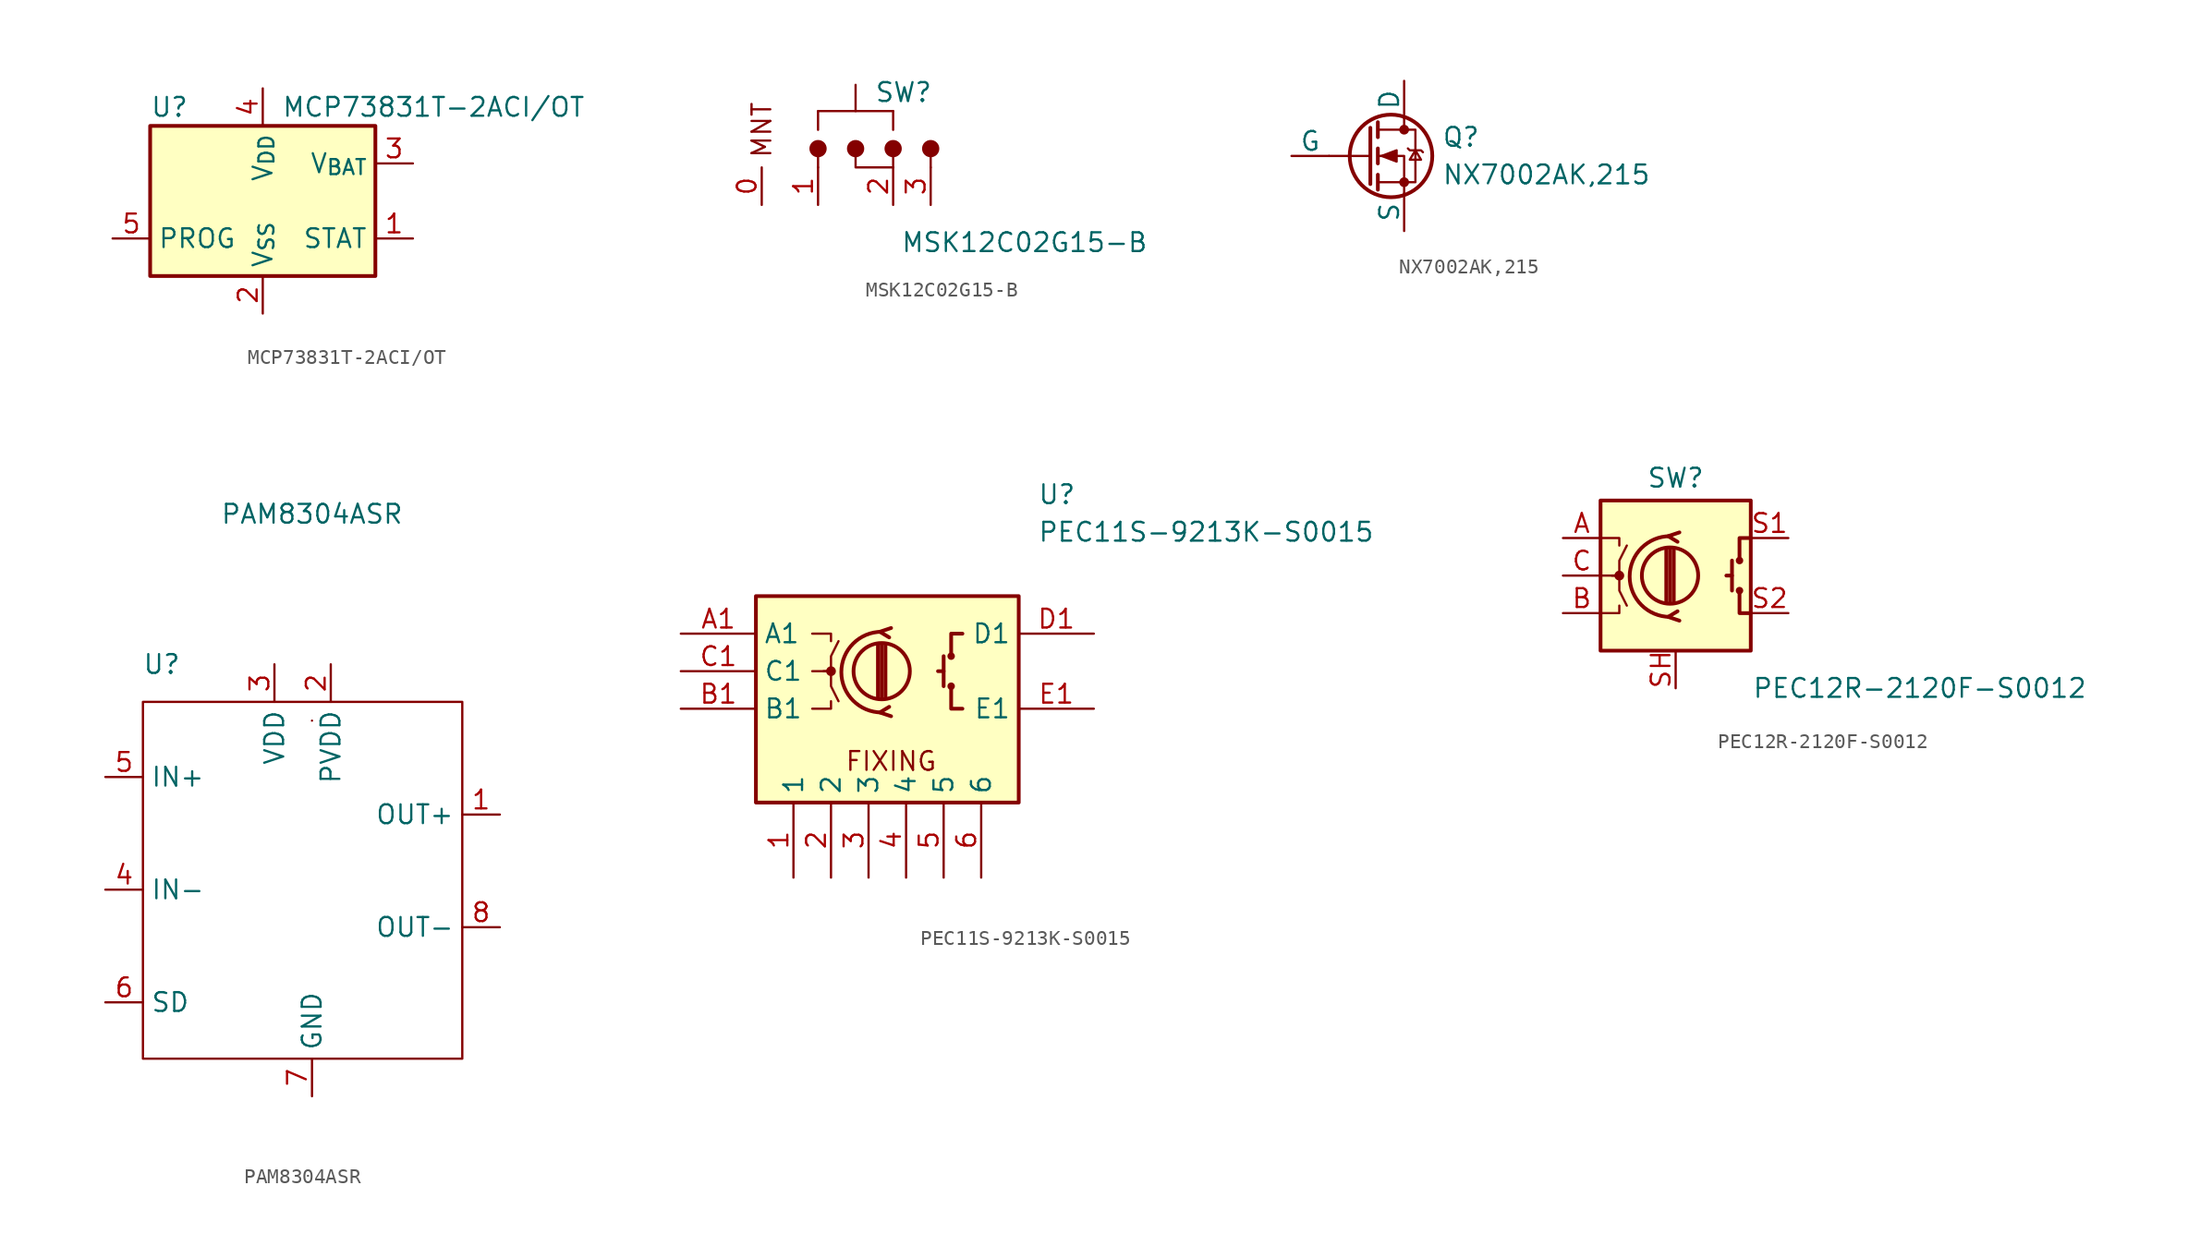
<source format=kicad_sym>
(kicad_symbol_lib
  (version 20231120)
  (generator "kicad_symbol_editor")
  (generator_version "8.0")
  (symbol "MCP73831T-2ACI/OT"
    (property "Reference" "U"
      (at -7.62 6.35 0)
      (effects (font (size 1.27 1.27)) (justify left)))
    (property "Value" "MCP73831T-2ACI/OT"
      (at 1.27 6.35 0)
      (effects (font (size 1.27 1.27)) (justify left)))
    (symbol "MCP73831T-2ACI/OT_0_1"
      (rectangle (start -7.62 5.08) (end 7.62 -5.08) (stroke (width 0.254) (type default)) (fill (type background))))
    (symbol "MCP73831T-2ACI/OT_1_1"
      (pin output line (at 10.16 -2.54 180) (length 2.54) (name "STAT" (effects (font (size 1.27 1.27)))) (number "1" (effects (font (size 1.27 1.27)))))
      (pin power_in line (at 0 -7.62 90) (length 2.54) (name "V_{SS}" (effects (font (size 1.27 1.27)))) (number "2" (effects (font (size 1.27 1.27)))))
      (pin power_out line (at 10.16 2.54 180) (length 2.54) (name "V_{BAT}" (effects (font (size 1.27 1.27)))) (number "3" (effects (font (size 1.27 1.27)))))
      (pin power_in line (at 0 7.62 270) (length 2.54) (name "V_{DD}" (effects (font (size 1.27 1.27)))) (number "4" (effects (font (size 1.27 1.27)))))
      (pin input line (at -10.16 -2.54 0) (length 2.54) (name "PROG" (effects (font (size 1.27 1.27)))) (number "5" (effects (font (size 1.27 1.27)))))))
  (symbol "MSK12C02G15-B"
    (pin_names
      (offset 1.016) hide)
    (property "Reference" "SW"
      (at 1.27 2.54 0)
      (effects (font (size 1.27 1.27)) (justify left)))
    (property "Value" "MSK12C02G15-B"
      (at 11.43 -7.62 0)
      (effects (font (size 1.27 1.27))))
    (symbol "MSK12C02G15-B_0_1"
      (polyline (pts (xy -2.54 -2.54) (xy -2.54 -1.27)) (stroke (width 0) (type default)) (fill (type none)))
      (polyline (pts (xy -2.54 1.27) (xy -2.54 0)) (stroke (width 0) (type default)) (fill (type none)))
      (polyline (pts (xy 0 1.27) (xy 0 3.048)) (stroke (width 0) (type default)) (fill (type none)))
      (polyline (pts (xy 2.54 -2.54) (xy 2.54 -1.27)) (stroke (width 0) (type default)) (fill (type none)))
      (polyline (pts (xy 2.54 1.27) (xy -2.54 1.27)) (stroke (width 0) (type default)) (fill (type none)))
      (polyline (pts (xy 2.54 1.27) (xy 2.54 0)) (stroke (width 0) (type default)) (fill (type none)))
      (polyline (pts (xy 5.08 -2.54) (xy 5.08 -1.27)) (stroke (width 0) (type default)) (fill (type none))))
    (symbol "MSK12C02G15-B_1_1"
      (circle (center -2.54 -1.27) (radius 0.508) (stroke (width 0) (type default)) (fill (type outline)))
      (circle (center 0 -1.27) (radius 0.508) (stroke (width 0) (type default)) (fill (type outline)))
      (polyline (pts (xy 0 -1.27) (xy 0 -2.54) (xy 2.54 -2.54)) (stroke (width 0) (type default)) (fill (type none)))
      (circle (center 2.54 -1.27) (radius 0.508) (stroke (width 0) (type default)) (fill (type outline)))
      (circle (center 5.08 -1.27) (radius 0.508) (stroke (width 0) (type default)) (fill (type outline)))
      (text "MNT" (at -6.35 0 900) (effects (font (size 1.27 1.27))))
      (pin passive line (at -6.35 -5.08 90) (length 2.54) (name "MNT" (effects (font (size 1.27 1.27)))) (number "0" (effects (font (size 1.27 1.27)))))
      (pin passive line (at -2.54 -5.08 90) (length 2.54) (name "1" (effects (font (size 1.27 1.27)))) (number "1" (effects (font (size 1.27 1.27)))))
      (pin passive line (at 2.54 -5.08 90) (length 2.54) (name "2" (effects (font (size 1.27 1.27)))) (number "2" (effects (font (size 1.27 1.27)))))
      (pin passive line (at 5.08 -5.08 90) (length 2.54) (name "3" (effects (font (size 1.27 1.27)))) (number "3" (effects (font (size 1.27 1.27)))))))
  (symbol "NX7002AK,215"
    (pin_numbers hide)
    (pin_names
      (offset 0))
    (property "Reference" "Q"
      (at 5.08 1.27 0)
      (effects (font (size 1.27 1.27)) (justify left)))
    (property "Value" "NX7002AK,215"
      (at 5.08 -1.27 0)
      (effects (font (size 1.27 1.27)) (justify left)))
    (symbol "NX7002AK,215_0_1"
      (polyline (pts (xy 0.254 0) (xy -2.54 0)) (stroke (width 0) (type default)) (fill (type none)))
      (polyline (pts (xy 0.254 1.905) (xy 0.254 -1.905)) (stroke (width 0.254) (type default)) (fill (type none)))
      (polyline (pts (xy 0.762 -1.27) (xy 0.762 -2.286)) (stroke (width 0.254) (type default)) (fill (type none)))
      (polyline (pts (xy 0.762 0.508) (xy 0.762 -0.508)) (stroke (width 0.254) (type default)) (fill (type none)))
      (polyline (pts (xy 0.762 2.286) (xy 0.762 1.27)) (stroke (width 0.254) (type default)) (fill (type none)))
      (polyline (pts (xy 2.54 2.54) (xy 2.54 1.778)) (stroke (width 0) (type default)) (fill (type none)))
      (polyline (pts (xy 2.54 -2.54) (xy 2.54 0) (xy 0.762 0)) (stroke (width 0) (type default)) (fill (type none)))
      (polyline (pts (xy 0.762 -1.778) (xy 3.302 -1.778) (xy 3.302 1.778) (xy 0.762 1.778)) (stroke (width 0) (type default)) (fill (type none)))
      (polyline (pts (xy 1.016 0) (xy 2.032 0.381) (xy 2.032 -0.381) (xy 1.016 0)) (stroke (width 0) (type default)) (fill (type outline)))
      (polyline (pts (xy 2.794 0.508) (xy 2.921 0.381) (xy 3.683 0.381) (xy 3.81 0.254)) (stroke (width 0) (type default)) (fill (type none)))
      (polyline (pts (xy 3.302 0.381) (xy 2.921 -0.254) (xy 3.683 -0.254) (xy 3.302 0.381)) (stroke (width 0) (type default)) (fill (type none)))
      (circle (center 1.651 0) (radius 2.794) (stroke (width 0.254) (type default)) (fill (type none)))
      (circle (center 2.54 -1.778) (radius 0.254) (stroke (width 0) (type default)) (fill (type outline)))
      (circle (center 2.54 1.778) (radius 0.254) (stroke (width 0) (type default)) (fill (type outline))))
    (symbol "NX7002AK,215_1_1"
      (pin input line (at -5.08 0 0) (length 2.54) (name "G" (effects (font (size 1.27 1.27)))) (number "1" (effects (font (size 1.27 1.27)))))
      (pin passive line (at 2.54 -5.08 90) (length 2.54) (name "S" (effects (font (size 1.27 1.27)))) (number "2" (effects (font (size 1.27 1.27)))))
      (pin passive line (at 2.54 5.08 270) (length 2.54) (name "D" (effects (font (size 1.27 1.27)))) (number "3" (effects (font (size 1.27 1.27)))))))
  (symbol "PAM8304ASR"
    (property "Reference" "U"
      (at 1.27 5.08 0)
      (effects (font (size 1.27 1.27))))
    (property "Value" "PAM8304ASR"
      (at 11.43 15.24 0)
      (effects (font (size 1.27 1.27))))
    (symbol "PAM8304ASR_0_1"
      (rectangle (start 0 2.54) (end 21.59 -21.59) (stroke (width 0) (type default)) (fill (type none)))
      (rectangle (start 11.43 1.27) (end 11.43 1.27) (stroke (width 0) (type default)) (fill (type none))))
    (symbol "PAM8304ASR_1_1"
      (pin output line (at 24.13 -5.08 180) (length 2.54) (name "OUT+" (effects (font (size 1.27 1.27)))) (number "1" (effects (font (size 1.27 1.27)))))
      (pin power_in line (at 12.7 5.08 270) (length 2.54) (name "PVDD" (effects (font (size 1.27 1.27)))) (number "2" (effects (font (size 1.27 1.27)))))
      (pin power_in line (at 8.89 5.08 270) (length 2.54) (name "VDD" (effects (font (size 1.27 1.27)))) (number "3" (effects (font (size 1.27 1.27)))))
      (pin input line (at -2.54 -10.16 0) (length 2.54) (name "IN-" (effects (font (size 1.27 1.27)))) (number "4" (effects (font (size 1.27 1.27)))))
      (pin input line (at -2.54 -2.54 0) (length 2.54) (name "IN+" (effects (font (size 1.27 1.27)))) (number "5" (effects (font (size 1.27 1.27)))))
      (pin input line (at -2.54 -17.78 0) (length 2.54) (name "SD" (effects (font (size 1.27 1.27)))) (number "6" (effects (font (size 1.27 1.27)))))
      (pin power_in line (at 11.43 -24.13 90) (length 2.54) (name "GND" (effects (font (size 1.27 1.27)))) (number "7" (effects (font (size 1.27 1.27)))))
      (pin output line (at 24.13 -12.7 180) (length 2.54) (name "OUT-" (effects (font (size 1.27 1.27)))) (number "8" (effects (font (size 1.27 1.27)))))))
  (symbol "PEC11S-9213K-S0015"
    (property "Reference" "U"
      (at 19.05 7.62 0)
      (effects (font (size 1.27 1.27)) (justify left top)))
    (property "Value" "PEC11S-9213K-S0015"
      (at 19.05 5.08 0)
      (effects (font (size 1.27 1.27)) (justify left top)))
    (symbol "PEC11S-9213K-S0015_0_1"
      (polyline (pts (xy 8.255 -6.858) (xy 8.255 -3.302)) (stroke (width 0.254) (type default)) (fill (type none)))
      (polyline (pts (xy 8.509 -6.858) (xy 8.509 -3.302)) (stroke (width 0.254) (type default)) (fill (type none)))
      (polyline (pts (xy 8.763 -3.302) (xy 8.763 -6.858)) (stroke (width 0.254) (type default)) (fill (type none)))
      (polyline (pts (xy 12.7 -5.08) (xy 12.319 -5.08)) (stroke (width 0.254) (type default)) (fill (type none)))
      (polyline (pts (xy 12.7 -4.064) (xy 12.7 -6.096)) (stroke (width 0.254) (type default)) (fill (type none)))
      (polyline (pts (xy 3.81 -7.62) (xy 5.08 -7.62) (xy 5.08 -7.112)) (stroke (width 0) (type default)) (fill (type none)))
      (polyline (pts (xy 3.81 -2.54) (xy 5.08 -2.54) (xy 5.08 -3.048)) (stroke (width 0) (type default)) (fill (type none)))
      (polyline (pts (xy 9.144 -8.128) (xy 8.382 -7.874) (xy 9.017 -7.493)) (stroke (width 0.254) (type default)) (fill (type none)))
      (polyline (pts (xy 9.144 -2.159) (xy 8.382 -2.413) (xy 9.017 -2.794)) (stroke (width 0.254) (type default)) (fill (type none)))
      (polyline (pts (xy 13.97 -7.62) (xy 13.208 -7.62) (xy 13.208 -6.096)) (stroke (width 0.254) (type default)) (fill (type none)))
      (polyline (pts (xy 13.97 -2.54) (xy 13.208 -2.54) (xy 13.208 -4.064)) (stroke (width 0.254) (type default)) (fill (type none)))
      (polyline (pts (xy 3.81 -5.08) (xy 5.08 -5.08) (xy 5.08 -6.096) (xy 5.588 -7.112)) (stroke (width 0) (type default)) (fill (type none)))
      (polyline (pts (xy 4.572 -5.08) (xy 5.08 -5.08) (xy 5.08 -4.064) (xy 5.588 -3.048)) (stroke (width 0) (type default)) (fill (type none)))
      (rectangle (start 0 0) (end 17.78 -13.97) (stroke (width 0.254) (type default)) (fill (type background)))
      (circle (center 5.08 -5.08) (radius 0.254) (stroke (width 0) (type default)) (fill (type outline)))
      (circle (center 8.509 -5.08) (radius 1.905) (stroke (width 0.254) (type default)) (fill (type none)))
      (arc (start 8.509 -2.413) (mid 5.7912 -5.1435) (end 8.509 -7.874) (stroke (width 0.254) (type default)) (fill (type none)))
      (circle (center 13.208 -6.096) (radius 0.127) (stroke (width 0.254) (type default)) (fill (type none)))
      (circle (center 13.208 -4.064) (radius 0.127) (stroke (width 0.254) (type default)) (fill (type none))))
    (symbol "PEC11S-9213K-S0015_1_1"
      (text "FIXING" (at 9.144 -11.176 0) (effects (font (size 1.27 1.27))))
      (pin passive line (at 2.54 -19.05 90) (length 5.08) (name "1" (effects (font (size 1.27 1.27)))) (number "1" (effects (font (size 1.27 1.27)))))
      (pin passive line (at 5.08 -19.05 90) (length 5.08) (name "2" (effects (font (size 1.27 1.27)))) (number "2" (effects (font (size 1.27 1.27)))))
      (pin passive line (at 7.62 -19.05 90) (length 5.08) (name "3" (effects (font (size 1.27 1.27)))) (number "3" (effects (font (size 1.27 1.27)))))
      (pin passive line (at 10.16 -19.05 90) (length 5.08) (name "4" (effects (font (size 1.27 1.27)))) (number "4" (effects (font (size 1.27 1.27)))))
      (pin passive line (at 12.7 -19.05 90) (length 5.08) (name "5" (effects (font (size 1.27 1.27)))) (number "5" (effects (font (size 1.27 1.27)))))
      (pin passive line (at 15.24 -19.05 90) (length 5.08) (name "6" (effects (font (size 1.27 1.27)))) (number "6" (effects (font (size 1.27 1.27)))))
      (pin passive line (at -5.08 -2.54 0) (length 5.08) (name "A1" (effects (font (size 1.27 1.27)))) (number "A1" (effects (font (size 1.27 1.27)))))
      (pin passive line (at -5.08 -7.62 0) (length 5.08) (name "B1" (effects (font (size 1.27 1.27)))) (number "B1" (effects (font (size 1.27 1.27)))))
      (pin passive line (at -5.08 -5.08 0) (length 5.08) (name "C1" (effects (font (size 1.27 1.27)))) (number "C1" (effects (font (size 1.27 1.27)))))
      (pin passive line (at 22.86 -2.54 180) (length 5.08) (name "D1" (effects (font (size 1.27 1.27)))) (number "D1" (effects (font (size 1.27 1.27)))))
      (pin passive line (at 22.86 -7.62 180) (length 5.08) (name "E1" (effects (font (size 1.27 1.27)))) (number "E1" (effects (font (size 1.27 1.27)))))))
  (symbol "PEC12R-2120F-S0012"
    (pin_names
      (offset 0.254) hide)
    (property "Reference" "SW"
      (at 0 6.604 0)
      (effects (font (size 1.27 1.27))))
    (property "Value" "PEC12R-2120F-S0012"
      (at 16.51 -7.62 0)
      (effects (font (size 1.27 1.27))))
    (symbol "PEC12R-2120F-S0012_0_1"
      (rectangle (start -5.08 5.08) (end 5.08 -5.08) (stroke (width 0.254) (type default)) (fill (type background)))
      (circle (center -3.81 0) (radius 0.254) (stroke (width 0) (type default)) (fill (type outline)))
      (circle (center -0.381 0) (radius 1.905) (stroke (width 0.254) (type default)) (fill (type none)))
      (arc (start -0.381 2.667) (mid -3.0988 -0.0635) (end -0.381 -2.794) (stroke (width 0.254) (type default)) (fill (type none)))
      (polyline (pts (xy -0.635 -1.778) (xy -0.635 1.778)) (stroke (width 0.254) (type default)) (fill (type none)))
      (polyline (pts (xy -0.381 -1.778) (xy -0.381 1.778)) (stroke (width 0.254) (type default)) (fill (type none)))
      (polyline (pts (xy -0.127 1.778) (xy -0.127 -1.778)) (stroke (width 0.254) (type default)) (fill (type none)))
      (polyline (pts (xy 3.81 0) (xy 3.429 0)) (stroke (width 0.254) (type default)) (fill (type none)))
      (polyline (pts (xy 3.81 1.016) (xy 3.81 -1.016)) (stroke (width 0.254) (type default)) (fill (type none)))
      (polyline (pts (xy -5.08 -2.54) (xy -3.81 -2.54) (xy -3.81 -2.032)) (stroke (width 0) (type default)) (fill (type none)))
      (polyline (pts (xy -5.08 2.54) (xy -3.81 2.54) (xy -3.81 2.032)) (stroke (width 0) (type default)) (fill (type none)))
      (polyline (pts (xy 0.254 -3.048) (xy -0.508 -2.794) (xy 0.127 -2.413)) (stroke (width 0.254) (type default)) (fill (type none)))
      (polyline (pts (xy 0.254 2.921) (xy -0.508 2.667) (xy 0.127 2.286)) (stroke (width 0.254) (type default)) (fill (type none)))
      (polyline (pts (xy 5.08 -2.54) (xy 4.318 -2.54) (xy 4.318 -1.016)) (stroke (width 0.254) (type default)) (fill (type none)))
      (polyline (pts (xy 5.08 2.54) (xy 4.318 2.54) (xy 4.318 1.016)) (stroke (width 0.254) (type default)) (fill (type none)))
      (polyline (pts (xy -5.08 0) (xy -3.81 0) (xy -3.81 -1.016) (xy -3.302 -2.032)) (stroke (width 0) (type default)) (fill (type none)))
      (polyline (pts (xy -4.318 0) (xy -3.81 0) (xy -3.81 1.016) (xy -3.302 2.032)) (stroke (width 0) (type default)) (fill (type none)))
      (circle (center 4.318 -1.016) (radius 0.127) (stroke (width 0.254) (type default)) (fill (type none)))
      (circle (center 4.318 1.016) (radius 0.127) (stroke (width 0.254) (type default)) (fill (type none))))
    (symbol "PEC12R-2120F-S0012_1_1"
      (pin passive line (at -7.62 2.54 0) (length 2.54) (name "A" (effects (font (size 1.27 1.27)))) (number "A" (effects (font (size 1.27 1.27)))))
      (pin passive line (at -7.62 -2.54 0) (length 2.54) (name "B" (effects (font (size 1.27 1.27)))) (number "B" (effects (font (size 1.27 1.27)))))
      (pin passive line (at -7.62 0 0) (length 2.54) (name "C" (effects (font (size 1.27 1.27)))) (number "C" (effects (font (size 1.27 1.27)))))
      (pin passive line (at 7.62 2.54 180) (length 2.54) (name "S1" (effects (font (size 1.27 1.27)))) (number "S1" (effects (font (size 1.27 1.27)))))
      (pin passive line (at 7.62 -2.54 180) (length 2.54) (name "S2" (effects (font (size 1.27 1.27)))) (number "S2" (effects (font (size 1.27 1.27)))))
      (pin passive line (at 0 -7.62 90) (length 2.54) (name "SH" (effects (font (size 1.27 1.27)))) (number "SH" (effects (font (size 1.27 1.27))))))))
</source>
